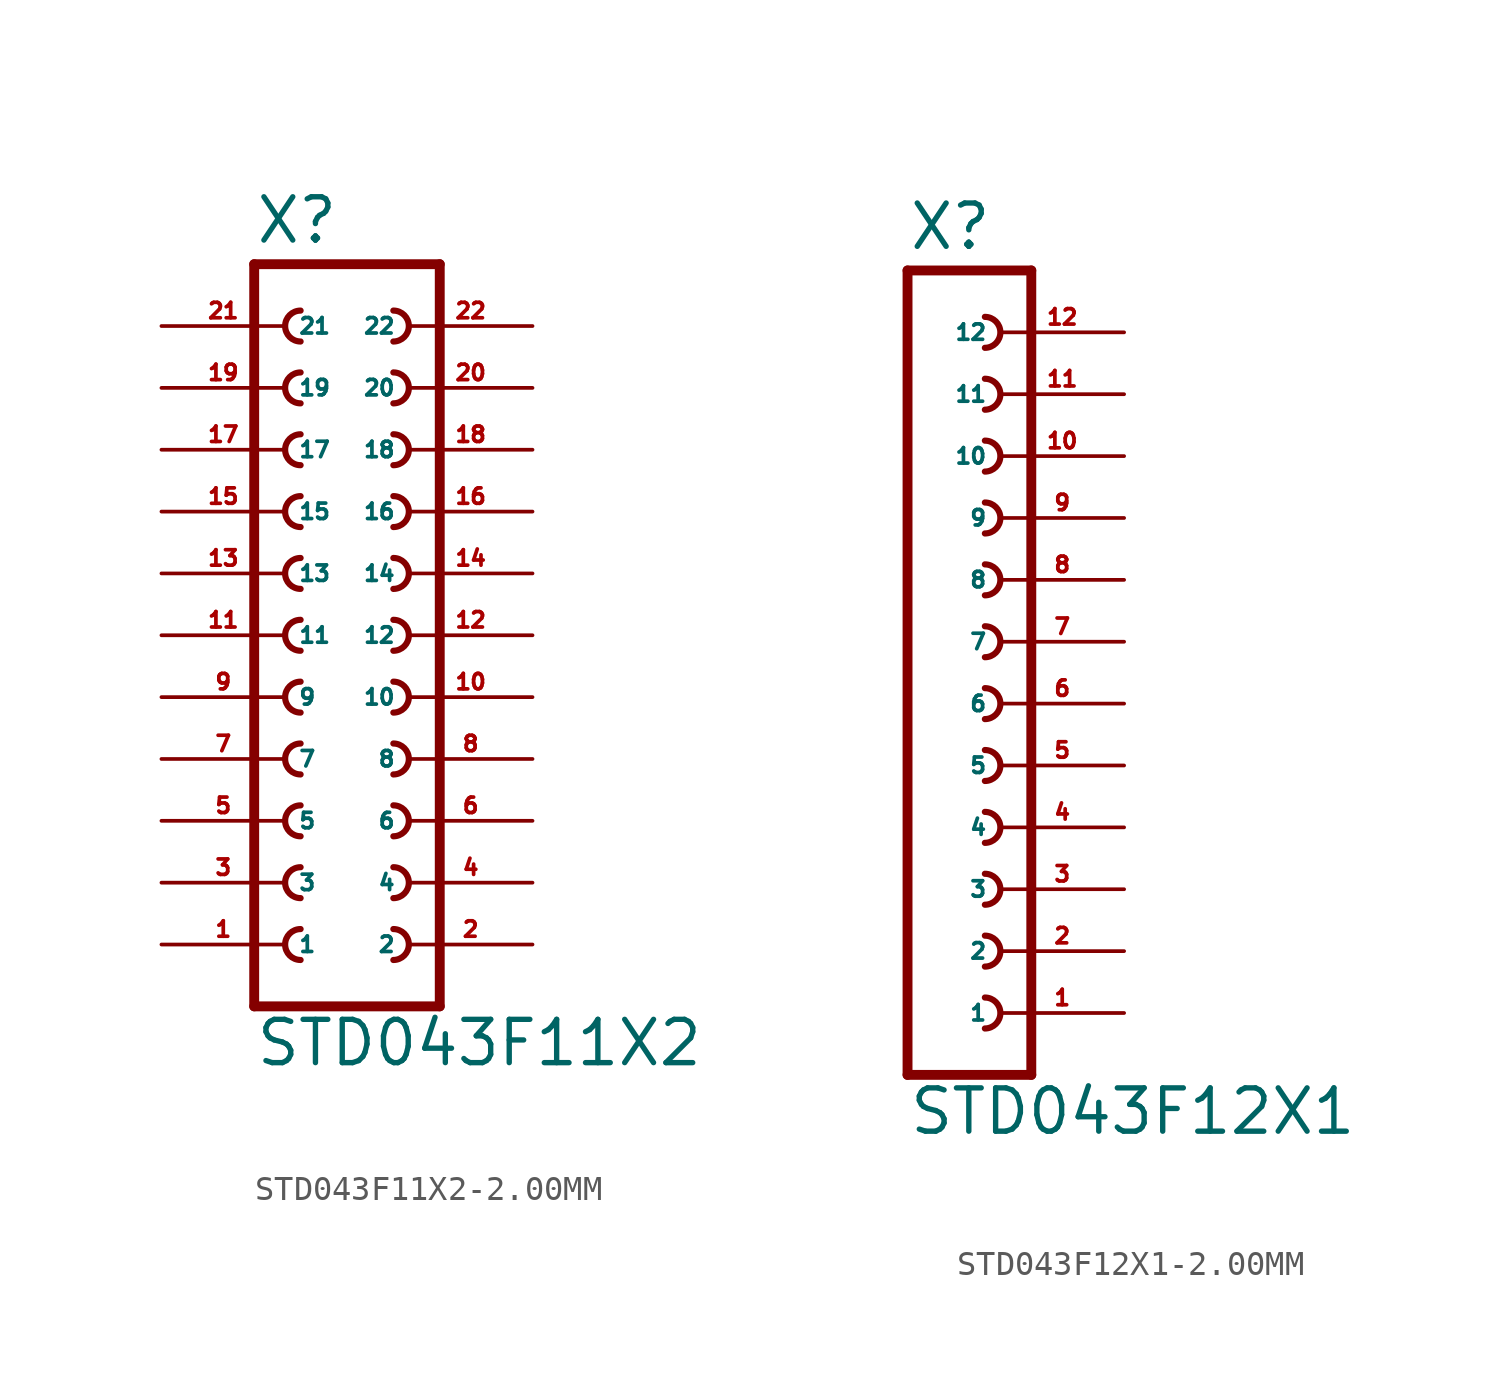
<source format=kicad_sym>
(kicad_symbol_lib
  (version 20220914)
  (generator Eagle2Kicad)
  (symbol "STD043F11X2-2.00MM"
    (property "Reference" "X"
      (at -3.81 16.002 0)
      (effects (font (size 1.778 1.778) (thickness 0.22)) (justify left bottom)))
    (property "Value" "STD043F11X2"
      (at -3.81 -17.78 0)
      (effects (font (size 1.778 1.778) (thickness 0.22)) (justify left bottom)))
    (polyline
      (pts (xy 3.81 -15.24) (xy -3.81 -15.24))
      (stroke (width 0.406) (type default))
      (fill (type none)))
    (arc
      (start -1.905 -9.525)
      (mid -2.540 -10.160)
      (end -1.905 -10.795)
      (stroke (width 0.254) (type default))
      (fill (type none)))
    (arc
      (start -1.905 -12.065)
      (mid -2.540 -12.700)
      (end -1.905 -13.335)
      (stroke (width 0.254) (type default))
      (fill (type none)))
    (arc
      (start 1.905 -10.795)
      (mid 2.540 -10.160)
      (end 1.905 -9.525)
      (stroke (width 0.254) (type default))
      (fill (type none)))
    (arc
      (start 1.905 -13.335)
      (mid 2.540 -12.700)
      (end 1.905 -12.065)
      (stroke (width 0.254) (type default))
      (fill (type none)))
    (arc
      (start -1.905 -4.445)
      (mid -2.540 -5.080)
      (end -1.905 -5.715)
      (stroke (width 0.254) (type default))
      (fill (type none)))
    (arc
      (start -1.905 -6.985)
      (mid -2.540 -7.620)
      (end -1.905 -8.255)
      (stroke (width 0.254) (type default))
      (fill (type none)))
    (arc
      (start 1.905 -5.715)
      (mid 2.540 -5.080)
      (end 1.905 -4.445)
      (stroke (width 0.254) (type default))
      (fill (type none)))
    (arc
      (start 1.905 -8.255)
      (mid 2.540 -7.620)
      (end 1.905 -6.985)
      (stroke (width 0.254) (type default))
      (fill (type none)))
    (arc
      (start -1.905 3.175)
      (mid -2.540 2.540)
      (end -1.905 1.905)
      (stroke (width 0.254) (type default))
      (fill (type none)))
    (arc
      (start -1.905 0.635)
      (mid -2.540 0.000)
      (end -1.905 -0.635)
      (stroke (width 0.254) (type default))
      (fill (type none)))
    (arc
      (start -1.905 -1.905)
      (mid -2.540 -2.540)
      (end -1.905 -3.175)
      (stroke (width 0.254) (type default))
      (fill (type none)))
    (arc
      (start 1.905 1.905)
      (mid 2.540 2.540)
      (end 1.905 3.175)
      (stroke (width 0.254) (type default))
      (fill (type none)))
    (arc
      (start 1.905 -0.635)
      (mid 2.540 0.000)
      (end 1.905 0.635)
      (stroke (width 0.254) (type default))
      (fill (type none)))
    (arc
      (start 1.905 -3.175)
      (mid 2.540 -2.540)
      (end 1.905 -1.905)
      (stroke (width 0.254) (type default))
      (fill (type none)))
    (arc
      (start -1.905 8.255)
      (mid -2.540 7.620)
      (end -1.905 6.985)
      (stroke (width 0.254) (type default))
      (fill (type none)))
    (arc
      (start -1.905 5.715)
      (mid -2.540 5.080)
      (end -1.905 4.445)
      (stroke (width 0.254) (type default))
      (fill (type none)))
    (arc
      (start 1.905 6.985)
      (mid 2.540 7.620)
      (end 1.905 8.255)
      (stroke (width 0.254) (type default))
      (fill (type none)))
    (arc
      (start 1.905 4.445)
      (mid 2.540 5.080)
      (end 1.905 5.715)
      (stroke (width 0.254) (type default))
      (fill (type none)))
    (arc
      (start -1.905 13.335)
      (mid -2.540 12.700)
      (end -1.905 12.065)
      (stroke (width 0.254) (type default))
      (fill (type none)))
    (arc
      (start -1.905 10.795)
      (mid -2.540 10.160)
      (end -1.905 9.525)
      (stroke (width 0.254) (type default))
      (fill (type none)))
    (arc
      (start 1.905 12.065)
      (mid 2.540 12.700)
      (end 1.905 13.335)
      (stroke (width 0.254) (type default))
      (fill (type none)))
    (arc
      (start 1.905 9.525)
      (mid 2.540 10.160)
      (end 1.905 10.795)
      (stroke (width 0.254) (type default))
      (fill (type none)))
    (polyline
      (pts (xy -3.81 15.24) (xy -3.81 -15.24))
      (stroke (width 0.406) (type default))
      (fill (type none)))
    (polyline
      (pts (xy 3.81 -15.24) (xy 3.81 15.24))
      (stroke (width 0.406) (type default))
      (fill (type none)))
    (polyline
      (pts (xy -3.81 15.24) (xy 3.81 15.24))
      (stroke (width 0.406) (type default))
      (fill (type none)))
    (pin passive line
      (at -7.62 -12.7 0)
      (length 5.08)
      (name "1" (effects (font (size 0.635 0.635) (thickness 0.08)) (justify left bottom)))
      (number "1" (effects (font (size 0.635 0.635) (thickness 0.08)) (justify left bottom))))
    (pin passive line
      (at 7.62 -12.7 180)
      (length 5.08)
      (name "2" (effects (font (size 0.635 0.635) (thickness 0.08)) (justify left bottom)))
      (number "2" (effects (font (size 0.635 0.635) (thickness 0.08)) (justify left bottom))))
    (pin passive line
      (at -7.62 -10.16 0)
      (length 5.08)
      (name "3" (effects (font (size 0.635 0.635) (thickness 0.08)) (justify left bottom)))
      (number "3" (effects (font (size 0.635 0.635) (thickness 0.08)) (justify left bottom))))
    (pin passive line
      (at 7.62 -10.16 180)
      (length 5.08)
      (name "4" (effects (font (size 0.635 0.635) (thickness 0.08)) (justify left bottom)))
      (number "4" (effects (font (size 0.635 0.635) (thickness 0.08)) (justify left bottom))))
    (pin passive line
      (at -7.62 -7.62 0)
      (length 5.08)
      (name "5" (effects (font (size 0.635 0.635) (thickness 0.08)) (justify left bottom)))
      (number "5" (effects (font (size 0.635 0.635) (thickness 0.08)) (justify left bottom))))
    (pin passive line
      (at 7.62 -7.62 180)
      (length 5.08)
      (name "6" (effects (font (size 0.635 0.635) (thickness 0.08)) (justify left bottom)))
      (number "6" (effects (font (size 0.635 0.635) (thickness 0.08)) (justify left bottom))))
    (pin passive line
      (at -7.62 -5.08 0)
      (length 5.08)
      (name "7" (effects (font (size 0.635 0.635) (thickness 0.08)) (justify left bottom)))
      (number "7" (effects (font (size 0.635 0.635) (thickness 0.08)) (justify left bottom))))
    (pin passive line
      (at 7.62 -5.08 180)
      (length 5.08)
      (name "8" (effects (font (size 0.635 0.635) (thickness 0.08)) (justify left bottom)))
      (number "8" (effects (font (size 0.635 0.635) (thickness 0.08)) (justify left bottom))))
    (pin passive line
      (at -7.62 -2.54 0)
      (length 5.08)
      (name "9" (effects (font (size 0.635 0.635) (thickness 0.08)) (justify left bottom)))
      (number "9" (effects (font (size 0.635 0.635) (thickness 0.08)) (justify left bottom))))
    (pin passive line
      (at 7.62 -2.54 180)
      (length 5.08)
      (name "10" (effects (font (size 0.635 0.635) (thickness 0.08)) (justify left bottom)))
      (number "10" (effects (font (size 0.635 0.635) (thickness 0.08)) (justify left bottom))))
    (pin passive line
      (at -7.62 0 0)
      (length 5.08)
      (name "11" (effects (font (size 0.635 0.635) (thickness 0.08)) (justify left bottom)))
      (number "11" (effects (font (size 0.635 0.635) (thickness 0.08)) (justify left bottom))))
    (pin passive line
      (at 7.62 0 180)
      (length 5.08)
      (name "12" (effects (font (size 0.635 0.635) (thickness 0.08)) (justify left bottom)))
      (number "12" (effects (font (size 0.635 0.635) (thickness 0.08)) (justify left bottom))))
    (pin passive line
      (at -7.62 2.54 0)
      (length 5.08)
      (name "13" (effects (font (size 0.635 0.635) (thickness 0.08)) (justify left bottom)))
      (number "13" (effects (font (size 0.635 0.635) (thickness 0.08)) (justify left bottom))))
    (pin passive line
      (at 7.62 2.54 180)
      (length 5.08)
      (name "14" (effects (font (size 0.635 0.635) (thickness 0.08)) (justify left bottom)))
      (number "14" (effects (font (size 0.635 0.635) (thickness 0.08)) (justify left bottom))))
    (pin passive line
      (at -7.62 5.08 0)
      (length 5.08)
      (name "15" (effects (font (size 0.635 0.635) (thickness 0.08)) (justify left bottom)))
      (number "15" (effects (font (size 0.635 0.635) (thickness 0.08)) (justify left bottom))))
    (pin passive line
      (at 7.62 5.08 180)
      (length 5.08)
      (name "16" (effects (font (size 0.635 0.635) (thickness 0.08)) (justify left bottom)))
      (number "16" (effects (font (size 0.635 0.635) (thickness 0.08)) (justify left bottom))))
    (pin passive line
      (at -7.62 7.62 0)
      (length 5.08)
      (name "17" (effects (font (size 0.635 0.635) (thickness 0.08)) (justify left bottom)))
      (number "17" (effects (font (size 0.635 0.635) (thickness 0.08)) (justify left bottom))))
    (pin passive line
      (at 7.62 7.62 180)
      (length 5.08)
      (name "18" (effects (font (size 0.635 0.635) (thickness 0.08)) (justify left bottom)))
      (number "18" (effects (font (size 0.635 0.635) (thickness 0.08)) (justify left bottom))))
    (pin passive line
      (at -7.62 10.16 0)
      (length 5.08)
      (name "19" (effects (font (size 0.635 0.635) (thickness 0.08)) (justify left bottom)))
      (number "19" (effects (font (size 0.635 0.635) (thickness 0.08)) (justify left bottom))))
    (pin passive line
      (at 7.62 10.16 180)
      (length 5.08)
      (name "20" (effects (font (size 0.635 0.635) (thickness 0.08)) (justify left bottom)))
      (number "20" (effects (font (size 0.635 0.635) (thickness 0.08)) (justify left bottom))))
    (pin passive line
      (at -7.62 12.7 0)
      (length 5.08)
      (name "21" (effects (font (size 0.635 0.635) (thickness 0.08)) (justify left bottom)))
      (number "21" (effects (font (size 0.635 0.635) (thickness 0.08)) (justify left bottom))))
    (pin passive line
      (at 7.62 12.7 180)
      (length 5.08)
      (name "22" (effects (font (size 0.635 0.635) (thickness 0.08)) (justify left bottom)))
      (number "22" (effects (font (size 0.635 0.635) (thickness 0.08)) (justify left bottom)))))
  (symbol "STD043F12X1-2.00MM"
    (property "Reference" "X"
      (at -1.27 18.542 0)
      (effects (font (size 1.778 1.778) (thickness 0.22)) (justify left bottom)))
    (property "Value" "STD043F12X1"
      (at -1.27 -17.78 0)
      (effects (font (size 1.778 1.778) (thickness 0.22)) (justify left bottom)))
    (polyline
      (pts (xy 3.81 -15.24) (xy -1.27 -15.24))
      (stroke (width 0.406) (type default))
      (fill (type none)))
    (arc
      (start 1.905 -8.255)
      (mid 2.540 -7.620)
      (end 1.905 -6.985)
      (stroke (width 0.254) (type default))
      (fill (type none)))
    (arc
      (start 1.905 -10.795)
      (mid 2.540 -10.160)
      (end 1.905 -9.525)
      (stroke (width 0.254) (type default))
      (fill (type none)))
    (arc
      (start 1.905 -13.335)
      (mid 2.540 -12.700)
      (end 1.905 -12.065)
      (stroke (width 0.254) (type default))
      (fill (type none)))
    (arc
      (start 1.905 -3.175)
      (mid 2.540 -2.540)
      (end 1.905 -1.905)
      (stroke (width 0.254) (type default))
      (fill (type none)))
    (arc
      (start 1.905 -5.715)
      (mid 2.540 -5.080)
      (end 1.905 -4.445)
      (stroke (width 0.254) (type default))
      (fill (type none)))
    (arc
      (start 1.905 4.445)
      (mid 2.540 5.080)
      (end 1.905 5.715)
      (stroke (width 0.254) (type default))
      (fill (type none)))
    (arc
      (start 1.905 1.905)
      (mid 2.540 2.540)
      (end 1.905 3.175)
      (stroke (width 0.254) (type default))
      (fill (type none)))
    (arc
      (start 1.905 -0.635)
      (mid 2.540 0.000)
      (end 1.905 0.635)
      (stroke (width 0.254) (type default))
      (fill (type none)))
    (arc
      (start 1.905 9.525)
      (mid 2.540 10.160)
      (end 1.905 10.795)
      (stroke (width 0.254) (type default))
      (fill (type none)))
    (arc
      (start 1.905 6.985)
      (mid 2.540 7.620)
      (end 1.905 8.255)
      (stroke (width 0.254) (type default))
      (fill (type none)))
    (arc
      (start 1.905 14.605)
      (mid 2.540 15.240)
      (end 1.905 15.875)
      (stroke (width 0.254) (type default))
      (fill (type none)))
    (arc
      (start 1.905 12.065)
      (mid 2.540 12.700)
      (end 1.905 13.335)
      (stroke (width 0.254) (type default))
      (fill (type none)))
    (polyline
      (pts (xy -1.27 17.78) (xy -1.27 -15.24))
      (stroke (width 0.406) (type default))
      (fill (type none)))
    (polyline
      (pts (xy 3.81 -15.24) (xy 3.81 17.78))
      (stroke (width 0.406) (type default))
      (fill (type none)))
    (polyline
      (pts (xy -1.27 17.78) (xy 3.81 17.78))
      (stroke (width 0.406) (type default))
      (fill (type none)))
    (pin passive line
      (at 7.62 -12.7 180)
      (length 5.08)
      (name "1" (effects (font (size 0.635 0.635) (thickness 0.08)) (justify left bottom)))
      (number "1" (effects (font (size 0.635 0.635) (thickness 0.08)) (justify left bottom))))
    (pin passive line
      (at 7.62 -10.16 180)
      (length 5.08)
      (name "2" (effects (font (size 0.635 0.635) (thickness 0.08)) (justify left bottom)))
      (number "2" (effects (font (size 0.635 0.635) (thickness 0.08)) (justify left bottom))))
    (pin passive line
      (at 7.62 -7.62 180)
      (length 5.08)
      (name "3" (effects (font (size 0.635 0.635) (thickness 0.08)) (justify left bottom)))
      (number "3" (effects (font (size 0.635 0.635) (thickness 0.08)) (justify left bottom))))
    (pin passive line
      (at 7.62 -5.08 180)
      (length 5.08)
      (name "4" (effects (font (size 0.635 0.635) (thickness 0.08)) (justify left bottom)))
      (number "4" (effects (font (size 0.635 0.635) (thickness 0.08)) (justify left bottom))))
    (pin passive line
      (at 7.62 -2.54 180)
      (length 5.08)
      (name "5" (effects (font (size 0.635 0.635) (thickness 0.08)) (justify left bottom)))
      (number "5" (effects (font (size 0.635 0.635) (thickness 0.08)) (justify left bottom))))
    (pin passive line
      (at 7.62 0 180)
      (length 5.08)
      (name "6" (effects (font (size 0.635 0.635) (thickness 0.08)) (justify left bottom)))
      (number "6" (effects (font (size 0.635 0.635) (thickness 0.08)) (justify left bottom))))
    (pin passive line
      (at 7.62 2.54 180)
      (length 5.08)
      (name "7" (effects (font (size 0.635 0.635) (thickness 0.08)) (justify left bottom)))
      (number "7" (effects (font (size 0.635 0.635) (thickness 0.08)) (justify left bottom))))
    (pin passive line
      (at 7.62 5.08 180)
      (length 5.08)
      (name "8" (effects (font (size 0.635 0.635) (thickness 0.08)) (justify left bottom)))
      (number "8" (effects (font (size 0.635 0.635) (thickness 0.08)) (justify left bottom))))
    (pin passive line
      (at 7.62 7.62 180)
      (length 5.08)
      (name "9" (effects (font (size 0.635 0.635) (thickness 0.08)) (justify left bottom)))
      (number "9" (effects (font (size 0.635 0.635) (thickness 0.08)) (justify left bottom))))
    (pin passive line
      (at 7.62 10.16 180)
      (length 5.08)
      (name "10" (effects (font (size 0.635 0.635) (thickness 0.08)) (justify left bottom)))
      (number "10" (effects (font (size 0.635 0.635) (thickness 0.08)) (justify left bottom))))
    (pin passive line
      (at 7.62 12.7 180)
      (length 5.08)
      (name "11" (effects (font (size 0.635 0.635) (thickness 0.08)) (justify left bottom)))
      (number "11" (effects (font (size 0.635 0.635) (thickness 0.08)) (justify left bottom))))
    (pin passive line
      (at 7.62 15.24 180)
      (length 5.08)
      (name "12" (effects (font (size 0.635 0.635) (thickness 0.08)) (justify left bottom)))
      (number "12" (effects (font (size 0.635 0.635) (thickness 0.08)) (justify left bottom))))))
</source>
